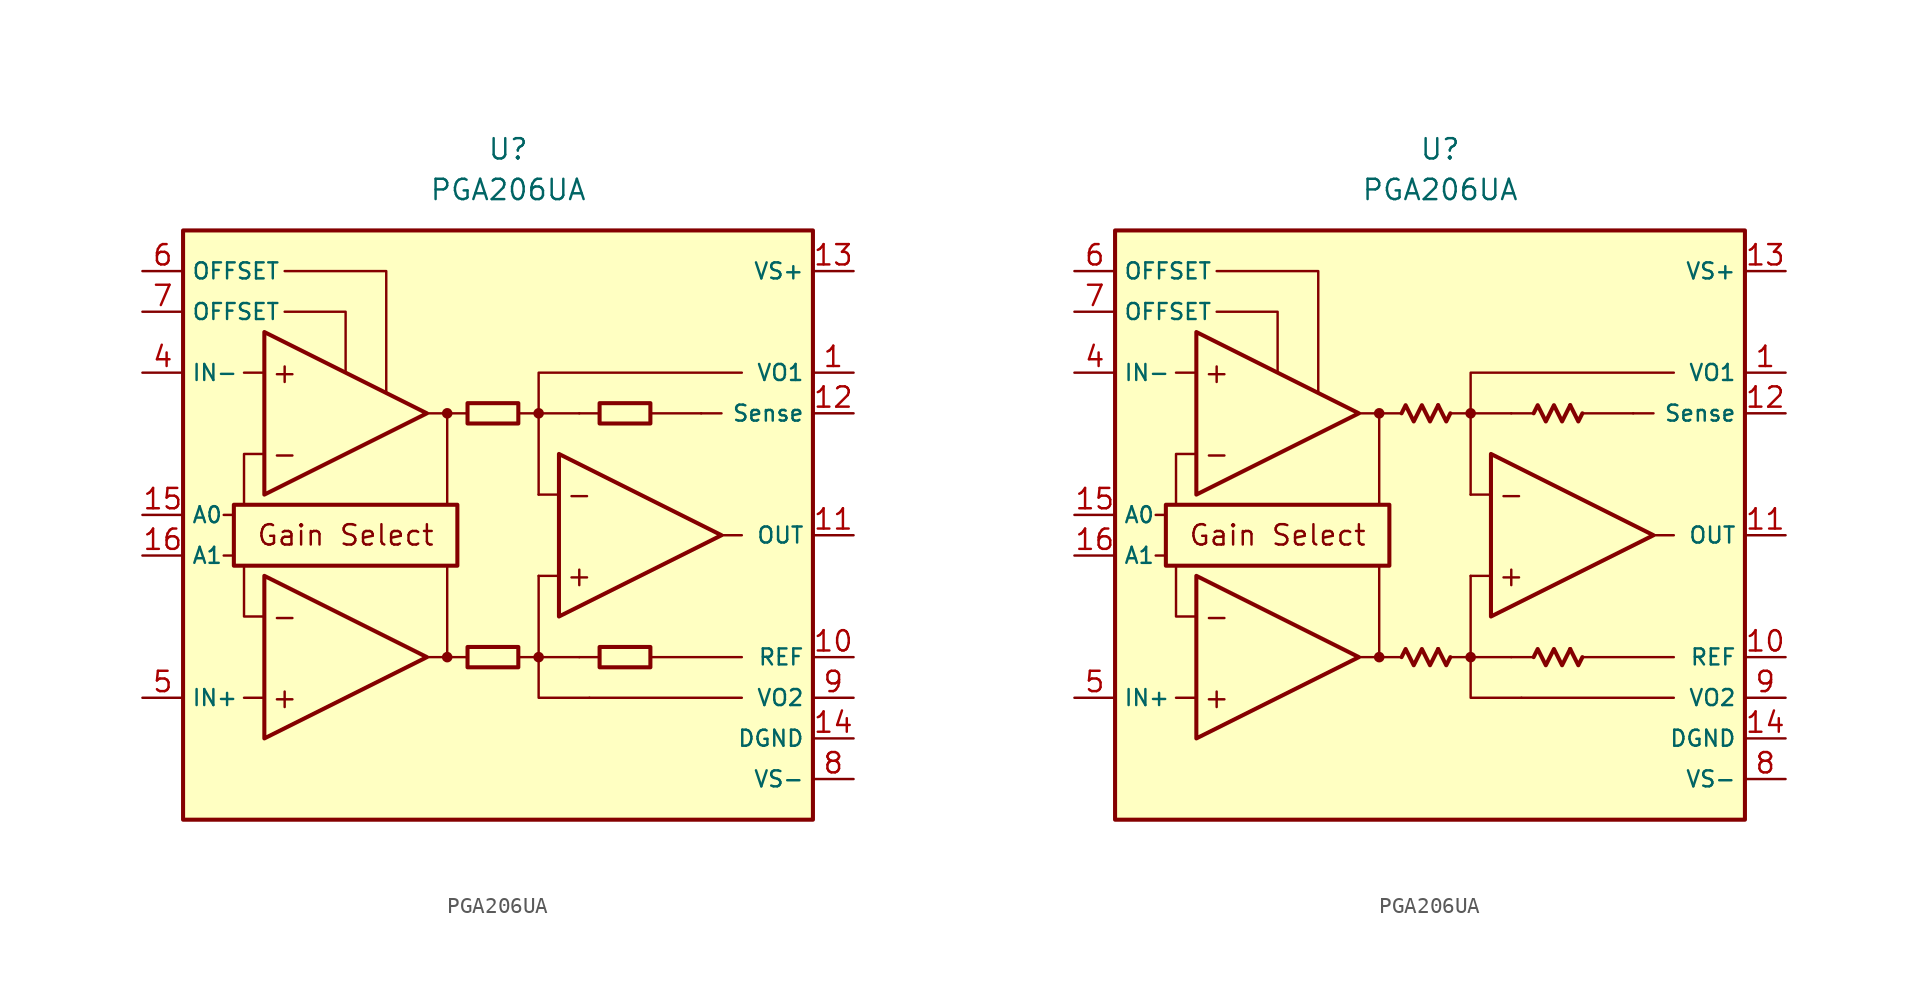
<source format=kicad_sym>
(kicad_symbol_lib
  (version 20231120)
  (generator "kicad_symbol_editor")
  (generator_version "8.0")
  (symbol "PGA206UA"
    (property "Reference" "U"
      (at 0 22.86 0)
      (effects (font (size 1.27 1.27))))
    (property "Value" "PGA206UA"
      (at 0 20.32 0)
      (effects (font (size 1.27 1.27))))
    (symbol "PGA206UA_0_0"
      (rectangle (start -20.32 17.78) (end 19.05 -19.05) (stroke (width 0.254) (type default)) (fill (type background)))
      (rectangle (start -17.145 0.635) (end -3.175 -3.175) (stroke (width 0.254) (type default)) (fill (type none)))
      (circle (center -3.81 -8.89) (radius 0.254) (stroke (width 0.152) (type default)) (fill (type outline)))
      (circle (center -3.81 6.35) (radius 0.254) (stroke (width 0.152) (type default)) (fill (type outline)))
      (polyline (pts (xy -1.27 -8.89)) (stroke (width 0.152) (type default)) (fill (type none)))
      (polyline (pts (xy -1.27 6.35)) (stroke (width 0.152) (type default)) (fill (type none)))
      (polyline (pts (xy 5.715 6.35)) (stroke (width 0.152) (type default)) (fill (type none)))
      (polyline (pts (xy -17.145 -2.54) (xy -17.78 -2.54)) (stroke (width 0.152) (type default)) (fill (type none)))
      (polyline (pts (xy -17.145 0) (xy -17.78 0)) (stroke (width 0.152) (type default)) (fill (type none)))
      (polyline (pts (xy -15.24 -11.43) (xy -16.51 -11.43)) (stroke (width 0.152) (type default)) (fill (type none)))
      (polyline (pts (xy -15.24 8.89) (xy -16.51 8.89)) (stroke (width 0.152) (type default)) (fill (type none)))
      (polyline (pts (xy -5.08 -8.89) (xy -2.54 -8.89)) (stroke (width 0.152) (type default)) (fill (type none)))
      (polyline (pts (xy -5.08 6.35) (xy -2.54 6.35)) (stroke (width 0.152) (type default)) (fill (type none)))
      (polyline (pts (xy -3.81 -8.89) (xy -3.81 -3.175)) (stroke (width 0.152) (type default)) (fill (type none)))
      (polyline (pts (xy -3.81 0.635) (xy -3.81 6.35)) (stroke (width 0.152) (type default)) (fill (type none)))
      (polyline (pts (xy 0.635 -8.89) (xy 1.905 -8.89)) (stroke (width 0.152) (type default)) (fill (type none)))
      (polyline (pts (xy 0.635 6.35) (xy 1.905 6.35)) (stroke (width 0.152) (type default)) (fill (type none)))
      (polyline (pts (xy 3.175 -3.81) (xy 1.905 -3.81)) (stroke (width 0.152) (type default)) (fill (type none)))
      (polyline (pts (xy 3.175 1.27) (xy 1.905 1.27)) (stroke (width 0.152) (type default)) (fill (type none)))
      (polyline (pts (xy 4.445 -8.89) (xy 1.905 -8.89)) (stroke (width 0.152) (type default)) (fill (type none)))
      (polyline (pts (xy 4.445 -8.89) (xy 5.715 -8.89)) (stroke (width 0.152) (type default)) (fill (type none)))
      (polyline (pts (xy 4.445 6.35) (xy 1.905 6.35)) (stroke (width 0.152) (type default)) (fill (type none)))
      (polyline (pts (xy 4.445 6.35) (xy 5.715 6.35)) (stroke (width 0.152) (type default)) (fill (type none)))
      (polyline (pts (xy 8.89 -8.89) (xy 14.605 -8.89)) (stroke (width 0.152) (type default)) (fill (type none)))
      (polyline (pts (xy 8.89 6.35) (xy 12.065 6.35)) (stroke (width 0.152) (type default)) (fill (type none)))
      (polyline (pts (xy 12.065 6.35) (xy 13.335 6.35)) (stroke (width 0.152) (type default)) (fill (type none)))
      (polyline (pts (xy 13.335 -1.27) (xy 14.605 -1.27)) (stroke (width 0.152) (type default)) (fill (type none)))
      (polyline (pts (xy 14.605 -11.43) (xy 5.08 -11.43)) (stroke (width 0.152) (type default)) (fill (type none)))
      (polyline (pts (xy -16.51 -3.175) (xy -16.51 -6.35) (xy -15.24 -6.35)) (stroke (width 0.152) (type default)) (fill (type none)))
      (polyline (pts (xy -15.24 3.81) (xy -16.51 3.81) (xy -16.51 0.635)) (stroke (width 0.152) (type default)) (fill (type none)))
      (polyline (pts (xy -13.97 12.7) (xy -10.16 12.7) (xy -10.16 8.89)) (stroke (width 0.152) (type default)) (fill (type none)))
      (polyline (pts (xy -7.62 7.62) (xy -7.62 15.24) (xy -13.97 15.24)) (stroke (width 0.152) (type default)) (fill (type none)))
      (polyline (pts (xy 1.905 -3.81) (xy 1.905 -11.43) (xy 5.08 -11.43)) (stroke (width 0.152) (type default)) (fill (type none)))
      (polyline (pts (xy 14.605 8.89) (xy 1.905 8.89) (xy 1.905 1.27)) (stroke (width 0.152) (type default)) (fill (type none)))
      (circle (center 1.905 -8.89) (radius 0.254) (stroke (width 0.152) (type default)) (fill (type outline)))
      (circle (center 1.905 6.35) (radius 0.254) (stroke (width 0.152) (type default)) (fill (type outline)))
      (text "+" (at -13.97 -11.43 0) (effects (font (size 1.27 1.27))))
      (text "+" (at -13.97 8.89 0) (effects (font (size 1.27 1.27))))
      (text "+" (at 4.445 -3.81 0) (effects (font (size 1.27 1.27))))
      (text "-" (at -13.97 -6.35 0) (effects (font (size 1.27 1.27))))
      (text "-" (at -13.97 3.81 0) (effects (font (size 1.27 1.27))))
      (text "-" (at 4.445 1.27 0) (effects (font (size 1.27 1.27))))
      (text "Gain Select" (at -10.16 -1.27 0) (effects (font (size 1.27 1.27)))))
    (symbol "PGA206UA_0_1"
      (rectangle (start -2.54 -8.255) (end 0.635 -9.525) (stroke (width 0.254) (type default)) (fill (type none)))
      (rectangle (start -2.54 6.985) (end 0.635 5.715) (stroke (width 0.254) (type default)) (fill (type none)))
      (rectangle (start 5.715 -8.255) (end 8.89 -9.525) (stroke (width 0.254) (type default)) (fill (type none)))
      (rectangle (start 5.715 6.985) (end 8.89 5.715) (stroke (width 0.254) (type default)) (fill (type none))))
    (symbol "PGA206UA_0_2"
      (polyline (pts (xy -0.127 -8.382) (xy 0.381 -9.398) (xy 0.635 -8.89)) (stroke (width 0.254) (type default)) (fill (type none)))
      (polyline (pts (xy -0.127 6.858) (xy 0.381 5.842) (xy 0.635 6.35)) (stroke (width 0.254) (type default)) (fill (type none)))
      (polyline (pts (xy 8.128 -8.382) (xy 8.636 -9.398) (xy 8.89 -8.89)) (stroke (width 0.254) (type default)) (fill (type none)))
      (polyline (pts (xy 8.128 6.858) (xy 8.636 5.842) (xy 8.89 6.35)) (stroke (width 0.254) (type default)) (fill (type none)))
      (polyline (pts (xy -2.413 -8.89) (xy -2.159 -8.382) (xy -1.651 -9.398) (xy -1.143 -8.382) (xy -0.635 -9.398) (xy -0.127 -8.382)) (stroke (width 0.254) (type default)) (fill (type none)))
      (polyline (pts (xy -2.413 6.35) (xy -2.159 6.858) (xy -1.651 5.842) (xy -1.143 6.858) (xy -0.635 5.842) (xy -0.127 6.858)) (stroke (width 0.254) (type default)) (fill (type none)))
      (polyline (pts (xy 5.842 -8.89) (xy 6.096 -8.382) (xy 6.604 -9.398) (xy 7.112 -8.382) (xy 7.62 -9.398) (xy 8.128 -8.382)) (stroke (width 0.254) (type default)) (fill (type none)))
      (polyline (pts (xy 5.842 6.35) (xy 6.096 6.858) (xy 6.604 5.842) (xy 7.112 6.858) (xy 7.62 5.842) (xy 8.128 6.858)) (stroke (width 0.254) (type default)) (fill (type none))))
    (symbol "PGA206UA_1_0"
      (polyline (pts (xy -15.24 -3.81) (xy -15.24 -13.97) (xy -5.08 -8.89) (xy -15.24 -3.81)) (stroke (width 0.254) (type default)) (fill (type background)))
      (polyline (pts (xy -15.24 11.43) (xy -15.24 1.27) (xy -5.08 6.35) (xy -15.24 11.43)) (stroke (width 0.254) (type default)) (fill (type background)))
      (polyline (pts (xy 3.175 3.81) (xy 3.175 -6.35) (xy 13.335 -1.27) (xy 3.175 3.81)) (stroke (width 0.254) (type default)) (fill (type background))))
    (symbol "PGA206UA_1_1"
      (pin passive line (at 21.59 8.89 180) (length 2.54) (name "VO1" (effects (font (size 1 1)))) (number "1" (effects (font (size 1.27 1.27)))))
      (pin passive line (at 21.59 -8.89 180) (length 2.54) (name "REF" (effects (font (size 1 1)))) (number "10" (effects (font (size 1.27 1.27)))))
      (pin output line (at 21.59 -1.27 180) (length 2.54) (name "OUT" (effects (font (size 1 1)))) (number "11" (effects (font (size 1.27 1.27)))))
      (pin passive line (at 21.59 6.35 180) (length 2.54) (name "Sense" (effects (font (size 1 1)))) (number "12" (effects (font (size 1.27 1.27)))))
      (pin power_in line (at 21.59 15.24 180) (length 2.54) (name "VS+" (effects (font (size 1 1)))) (number "13" (effects (font (size 1.27 1.27)))))
      (pin power_in line (at 21.59 -13.97 180) (length 2.54) (name "DGND" (effects (font (size 1 1)))) (number "14" (effects (font (size 1.27 1.27)))))
      (pin input line (at -22.86 0 0) (length 2.54) (name "A0" (effects (font (size 1 1)))) (number "15" (effects (font (size 1.27 1.27)))))
      (pin input line (at -22.86 -2.54 0) (length 2.54) (name "A1" (effects (font (size 1 1)))) (number "16" (effects (font (size 1.27 1.27)))))
      (pin free line (at -1.27 -12.7 0) (length 2.54) hide (name "NC" (effects (font (size 1.27 1.27)))) (number "2" (effects (font (size 1.27 1.27)))))
      (pin free line (at -1.27 -15.24 0) (length 2.54) hide (name "NC" (effects (font (size 1.27 1.27)))) (number "3" (effects (font (size 1.27 1.27)))))
      (pin input line (at -22.86 8.89 0) (length 2.54) (name "IN-" (effects (font (size 1 1)))) (number "4" (effects (font (size 1.27 1.27)))))
      (pin input line (at -22.86 -11.43 0) (length 2.54) (name "IN+" (effects (font (size 1 1)))) (number "5" (effects (font (size 1.27 1.27)))))
      (pin passive line (at -22.86 15.24 0) (length 2.54) (name "OFFSET" (effects (font (size 1 1)))) (number "6" (effects (font (size 1.27 1.27)))))
      (pin passive line (at -22.86 12.7 0) (length 2.54) (name "OFFSET" (effects (font (size 1 1)))) (number "7" (effects (font (size 1.27 1.27)))))
      (pin power_in line (at 21.59 -16.51 180) (length 2.54) (name "VS-" (effects (font (size 1 1)))) (number "8" (effects (font (size 1.27 1.27)))))
      (pin passive line (at 21.59 -11.43 180) (length 2.54) (name "VO2" (effects (font (size 1 1)))) (number "9" (effects (font (size 1.27 1.27))))))
    (symbol "PGA206UA_1_2"
      (pin passive line (at 21.59 8.89 180) (length 2.54) (name "VO1" (effects (font (size 1 1)))) (number "1" (effects (font (size 1.27 1.27)))))
      (pin passive line (at 21.59 -8.89 180) (length 2.54) (name "REF" (effects (font (size 1 1)))) (number "10" (effects (font (size 1.27 1.27)))))
      (pin output line (at 21.59 -1.27 180) (length 2.54) (name "OUT" (effects (font (size 1 1)))) (number "11" (effects (font (size 1.27 1.27)))))
      (pin passive line (at 21.59 6.35 180) (length 2.54) (name "Sense" (effects (font (size 1 1)))) (number "12" (effects (font (size 1.27 1.27)))))
      (pin power_in line (at 21.59 15.24 180) (length 2.54) (name "VS+" (effects (font (size 1 1)))) (number "13" (effects (font (size 1.27 1.27)))))
      (pin power_in line (at 21.59 -13.97 180) (length 2.54) (name "DGND" (effects (font (size 1 1)))) (number "14" (effects (font (size 1.27 1.27)))))
      (pin input line (at -22.86 0 0) (length 2.54) (name "A0" (effects (font (size 1 1)))) (number "15" (effects (font (size 1.27 1.27)))))
      (pin input line (at -22.86 -2.54 0) (length 2.54) (name "A1" (effects (font (size 1 1)))) (number "16" (effects (font (size 1.27 1.27)))))
      (pin free line (at -1.27 -12.7 0) (length 2.54) hide (name "NC" (effects (font (size 1.27 1.27)))) (number "2" (effects (font (size 1.27 1.27)))))
      (pin free line (at -1.27 -15.24 0) (length 2.54) hide (name "NC" (effects (font (size 1.27 1.27)))) (number "3" (effects (font (size 1.27 1.27)))))
      (pin input line (at -22.86 8.89 0) (length 2.54) (name "IN-" (effects (font (size 1 1)))) (number "4" (effects (font (size 1.27 1.27)))))
      (pin input line (at -22.86 -11.43 0) (length 2.54) (name "IN+" (effects (font (size 1 1)))) (number "5" (effects (font (size 1.27 1.27)))))
      (pin passive line (at -22.86 15.24 0) (length 2.54) (name "OFFSET" (effects (font (size 1 1)))) (number "6" (effects (font (size 1.27 1.27)))))
      (pin passive line (at -22.86 12.7 0) (length 2.54) (name "OFFSET" (effects (font (size 1 1)))) (number "7" (effects (font (size 1.27 1.27)))))
      (pin power_in line (at 21.59 -16.51 180) (length 2.54) (name "VS-" (effects (font (size 1 1)))) (number "8" (effects (font (size 1.27 1.27)))))
      (pin passive line (at 21.59 -11.43 180) (length 2.54) (name "VO2" (effects (font (size 1 1)))) (number "9" (effects (font (size 1.27 1.27))))))))
</source>
